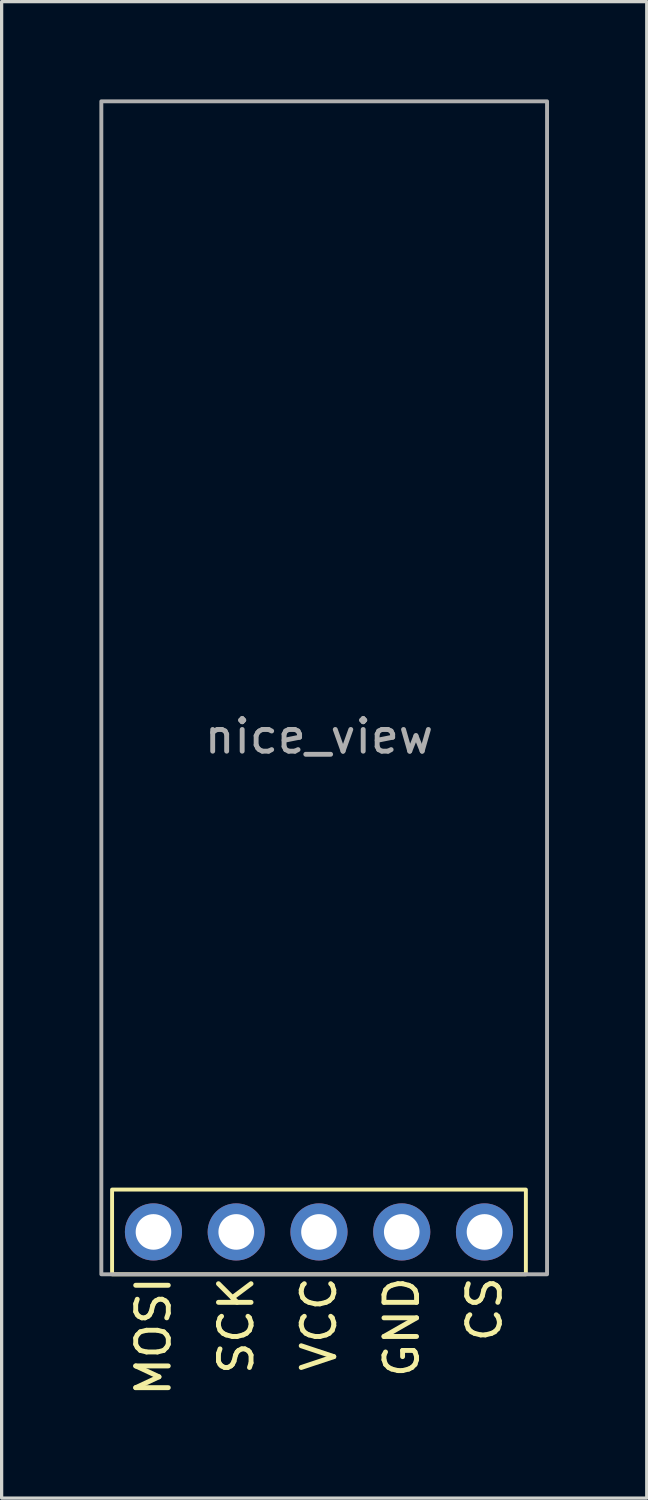
<source format=kicad_pcb>
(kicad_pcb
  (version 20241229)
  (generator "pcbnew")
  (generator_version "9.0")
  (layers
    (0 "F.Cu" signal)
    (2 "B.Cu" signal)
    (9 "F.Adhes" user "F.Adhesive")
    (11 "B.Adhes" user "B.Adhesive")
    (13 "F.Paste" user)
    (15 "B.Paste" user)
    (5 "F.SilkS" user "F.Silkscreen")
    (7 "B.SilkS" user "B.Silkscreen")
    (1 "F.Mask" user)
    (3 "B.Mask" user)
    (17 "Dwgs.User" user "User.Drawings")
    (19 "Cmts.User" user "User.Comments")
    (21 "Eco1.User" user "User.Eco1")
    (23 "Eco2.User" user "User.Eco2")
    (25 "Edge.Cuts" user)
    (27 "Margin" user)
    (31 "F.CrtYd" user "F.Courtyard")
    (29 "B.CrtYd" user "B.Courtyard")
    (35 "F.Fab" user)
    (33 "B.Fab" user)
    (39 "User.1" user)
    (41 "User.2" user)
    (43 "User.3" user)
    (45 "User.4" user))
  (footprint "nice_view"
    (layer "F.Cu")
    (at 6.74 18.28)
    (property "Reference" "nice_view" (at 0 1.27 0) (unlocked yes) (layer "F.Fab") (effects (font (size 1 1) (thickness 0.15))))
    (attr through_hole)
    (fp_rect (start -6.35 15.18) (end 6.35 17.78) (stroke (width 0.12) (type solid)) (fill no) (layer "F.SilkS"))
    (fp_rect (start 7 17.78) (end -6.68 -18.22) (stroke (width 0.12) (type solid)) (fill no) (layer "F.Fab"))
    (fp_text user "CS" (at 5.08 17.78 90) (unlocked yes) (layer "F.SilkS") (effects (font (size 1 1) (thickness 0.15)) (justify right)))
    (fp_text user "GND" (at 2.54 17.78 90) (unlocked yes) (layer "F.SilkS") (effects (font (size 1 1) (thickness 0.15)) (justify right)))
    (fp_text user "MOSI" (at -5.08 17.78 90) (unlocked yes) (layer "F.SilkS") (effects (font (size 1 1) (thickness 0.15)) (justify right)))
    (fp_text user "SCK" (at -2.54 17.78 90) (unlocked yes) (layer "F.SilkS") (effects (font (size 1 1) (thickness 0.15)) (justify right)))
    (fp_text user "VCC" (at 0 17.78 90) (unlocked yes) (layer "F.SilkS") (effects (font (size 1 1) (thickness 0.15)) (justify right)))
    (pad "1" thru_hole circle (at -5.08 16.48) (size 1.753 1.753) (drill 1.092) (layers "*.Cu" "*.Mask"))
    (pad "2" thru_hole circle (at -2.54 16.48) (size 1.753 1.753) (drill 1.092) (layers "*.Cu" "*.Mask"))
    (pad "3" thru_hole circle (at 0 16.48) (size 1.753 1.753) (drill 1.092) (layers "*.Cu" "*.Mask"))
    (pad "4" thru_hole circle (at 2.54 16.48) (size 1.753 1.753) (drill 1.092) (layers "*.Cu" "*.Mask"))
    (pad "5" thru_hole circle (at 5.08 16.48) (size 1.753 1.753) (drill 1.092) (layers "*.Cu" "*.Mask")))
  (gr_rect
    (start -3 -3)
    (end 16.8 42.929)
    (stroke (width 0.1) (type default))
    (fill no)
    (layer "Edge.Cuts")))
</source>
